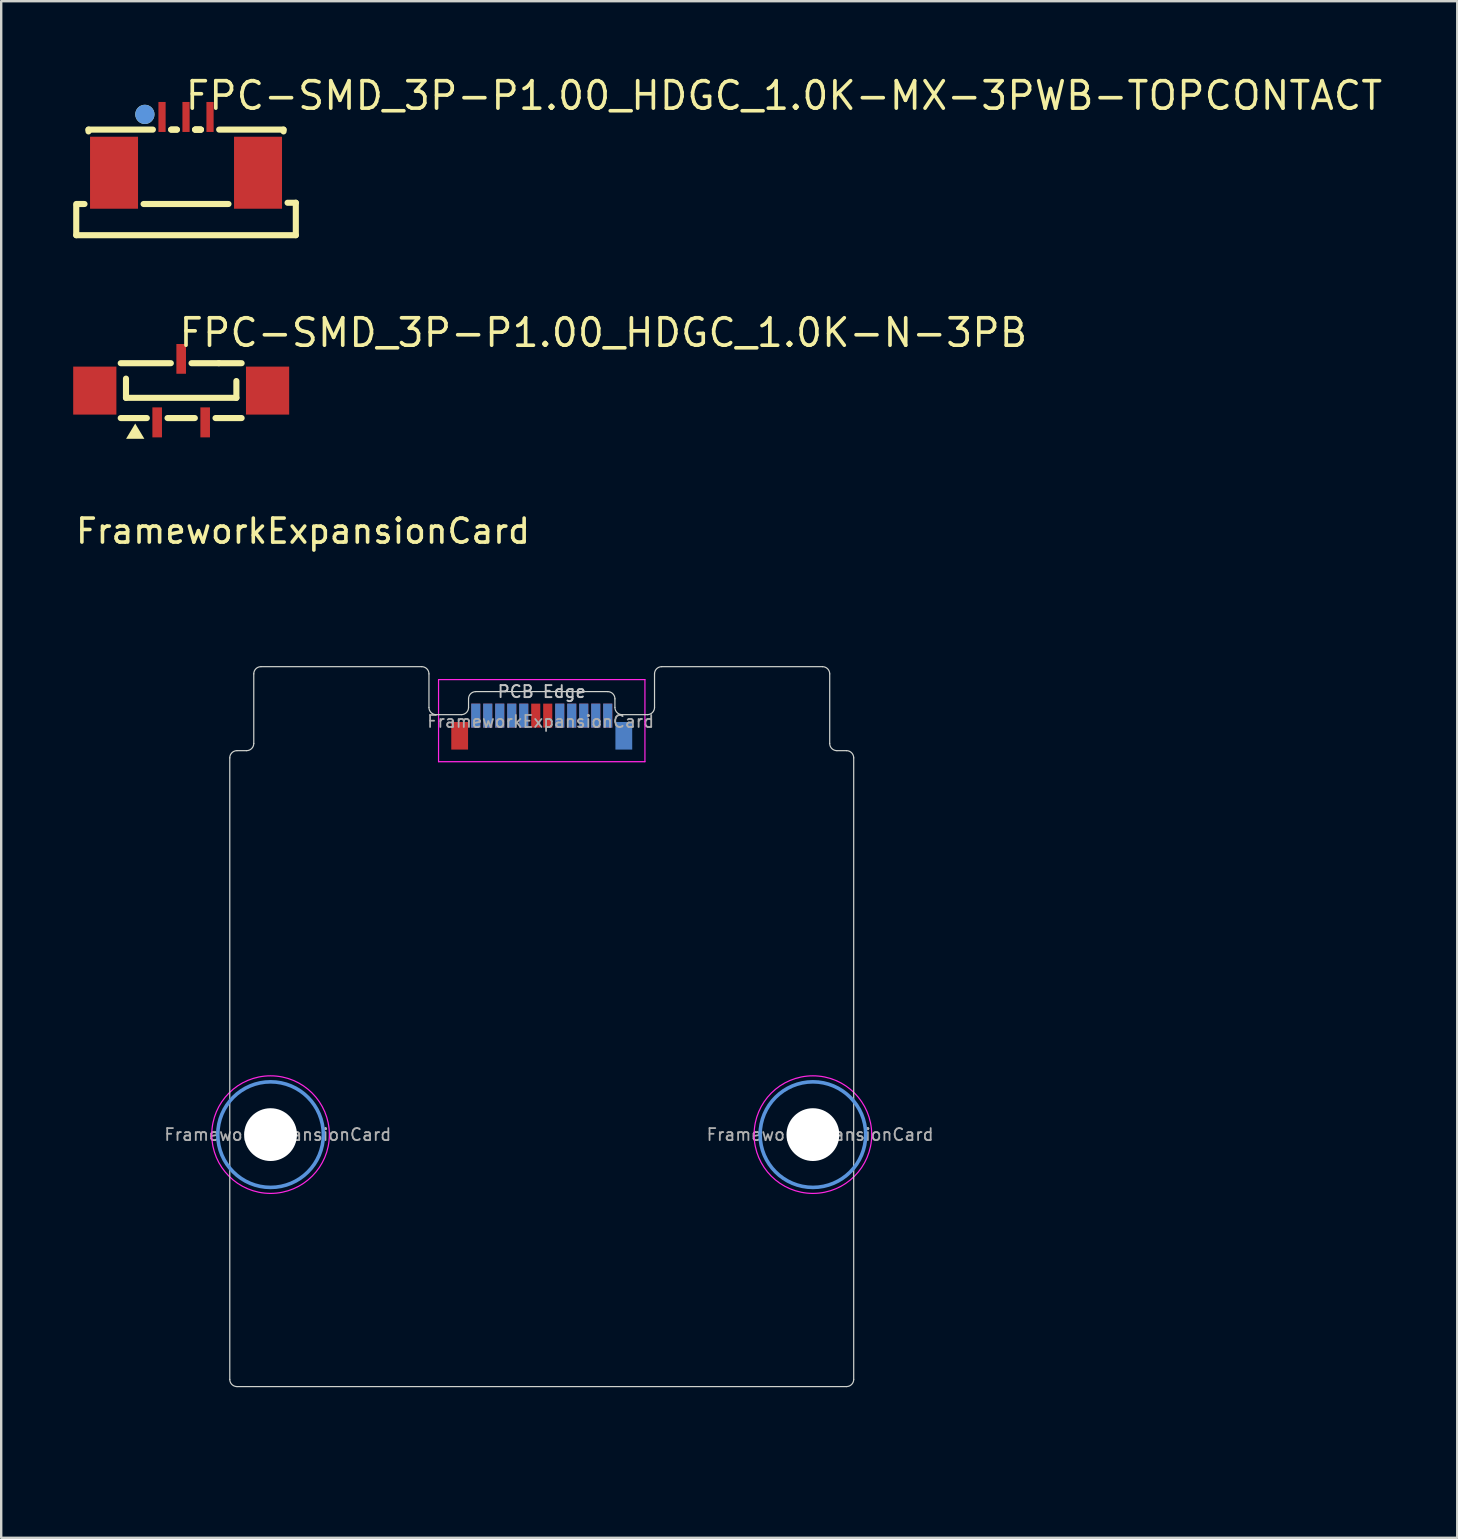
<source format=kicad_pcb>
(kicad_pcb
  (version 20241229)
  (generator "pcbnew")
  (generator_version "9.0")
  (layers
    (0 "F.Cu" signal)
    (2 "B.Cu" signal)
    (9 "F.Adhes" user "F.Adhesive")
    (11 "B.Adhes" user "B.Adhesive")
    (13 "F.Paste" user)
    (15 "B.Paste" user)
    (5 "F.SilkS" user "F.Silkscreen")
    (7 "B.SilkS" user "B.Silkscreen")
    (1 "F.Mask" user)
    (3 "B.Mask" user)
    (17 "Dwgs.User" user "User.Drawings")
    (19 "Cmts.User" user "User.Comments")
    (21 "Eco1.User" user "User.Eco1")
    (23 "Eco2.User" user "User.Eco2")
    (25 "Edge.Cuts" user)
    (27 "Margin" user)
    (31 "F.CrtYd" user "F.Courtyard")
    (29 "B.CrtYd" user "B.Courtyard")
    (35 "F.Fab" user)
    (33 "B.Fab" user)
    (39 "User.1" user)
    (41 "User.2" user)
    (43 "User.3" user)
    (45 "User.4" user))
  (footprint "FPC-SMD_3P-P1.00_HDGC_1.0K-N-3PB"
    (layer "F.Cu")
    (at 4.5 13.228)
    (property "Reference" "FPC-SMD_3P-P1.00_HDGC_1.0K-N-3PB" (at -0.171 -2.414 0) (layer "F.SilkS") (effects (font (size 1.143 1.143) (thickness 0.152)) (justify left)))
    (attr smd)
    (fp_line (start -2.3 -0.5) (end -2.3 0.3) (stroke (width 0.254) (type solid)) (layer "F.SilkS"))
    (fp_line (start -2.3 0.3) (end 2.3 0.3) (stroke (width 0.254) (type solid)) (layer "F.SilkS"))
    (fp_line (start -1.431 1.143) (end -2.519 1.143) (stroke (width 0.254) (type solid)) (layer "F.SilkS"))
    (fp_line (start -0.431 -1.143) (end -2.519 -1.143) (stroke (width 0.254) (type solid)) (layer "F.SilkS"))
    (fp_line (start 0.569 1.143) (end -0.569 1.143) (stroke (width 0.254) (type solid)) (layer "F.SilkS"))
    (fp_line (start 1.569 -1.143) (end 0.431 -1.143) (stroke (width 0.254) (type solid)) (layer "F.SilkS"))
    (fp_line (start 1.569 -1.143) (end 2.519 -1.143) (stroke (width 0.254) (type solid)) (layer "F.SilkS"))
    (fp_line (start 2.3 0.3) (end 2.3 -0.4) (stroke (width 0.254) (type solid)) (layer "F.SilkS"))
    (fp_line (start 2.519 1.143) (end 1.431 1.143) (stroke (width 0.254) (type solid)) (layer "F.SilkS"))
    (fp_poly (pts (xy -1.915 1.372) (xy -2.296 2.007) (xy -1.534 2.007)) (stroke (width 0) (type solid)) (fill yes) (layer "F.SilkS"))
    (pad "1" smd rect (at -1 1.323) (size 0.4 1.25) (layers "F.Cu" "F.Mask" "F.Paste"))
    (pad "2" smd rect (at 0 -1.323) (size 0.4 1.24) (layers "F.Cu" "F.Mask" "F.Paste"))
    (pad "3" smd rect (at 1 1.323) (size 0.4 1.25) (layers "F.Cu" "F.Mask" "F.Paste"))
    (pad "4" smd rect (at 3.6 -0.001) (size 1.8 2) (layers "F.Cu" "F.Mask" "F.Paste"))
    (pad "5" smd rect (at -3.6 -0.001) (size 1.8 2) (layers "F.Cu" "F.Mask" "F.Paste")))
  (footprint "FPC-SMD_3P-P1.00_HDGC_1.0K-MX-3PWB-TOPCONTACT"
    (layer "F.Cu")
    (at 4.702 2.986)
    (property "Reference" "FPC-SMD_3P-P1.00_HDGC_1.0K-MX-3PWB-TOPCONTACT" (at -0.111 -2.051 0) (layer "F.SilkS") (effects (font (size 1.143 1.143) (thickness 0.152)) (justify left)))
    (attr smd)
    (fp_line (start -4.575 3.765) (end -4.575 2.54) (stroke (width 0.254) (type solid)) (layer "F.SilkS"))
    (fp_line (start -4.231 2.465) (end -4.575 2.465) (stroke (width 0.254) (type solid)) (layer "F.SilkS"))
    (fp_line (start -4.064 -0.635) (end -4.064 -0.56) (stroke (width 0.254) (type solid)) (layer "F.SilkS"))
    (fp_line (start -1.381 -0.635) (end -4.064 -0.635) (stroke (width 0.254) (type solid)) (layer "F.SilkS"))
    (fp_line (start -0.619 -0.635) (end -0.381 -0.635) (stroke (width 0.254) (type solid)) (layer "F.SilkS"))
    (fp_line (start -0.381 -0.635) (end -0.619 -0.635) (stroke (width 0.254) (type solid)) (layer "F.SilkS"))
    (fp_line (start 0.381 -0.635) (end 0.619 -0.635) (stroke (width 0.254) (type solid)) (layer "F.SilkS"))
    (fp_line (start 0.619 -0.635) (end 0.381 -0.635) (stroke (width 0.254) (type solid)) (layer "F.SilkS"))
    (fp_line (start 0.619 -0.635) (end 0.381 -0.635) (stroke (width 0.254) (type solid)) (layer "F.SilkS"))
    (fp_line (start 1.769 2.465) (end -1.769 2.465) (stroke (width 0.254) (type solid)) (layer "F.SilkS"))
    (fp_line (start 4.064 -0.635) (end 1.381 -0.635) (stroke (width 0.254) (type solid)) (layer "F.SilkS"))
    (fp_line (start 4.064 -0.56) (end 4.064 -0.635) (stroke (width 0.254) (type solid)) (layer "F.SilkS"))
    (fp_line (start 4.575 2.413) (end 4.231 2.413) (stroke (width 0.254) (type solid)) (layer "F.SilkS"))
    (fp_line (start 4.575 3.765) (end -4.575 3.765) (stroke (width 0.254) (type solid)) (layer "F.SilkS"))
    (fp_line (start 4.575 3.765) (end 4.575 2.413) (stroke (width 0.254) (type solid)) (layer "F.SilkS"))
    (fp_circle (center -1.715 -1.27) (end -1.515 -1.27) (stroke (width 0.4) (type solid)) (fill no) (layer "F.SilkS"))
    (fp_circle (center -1.715 -1.27) (end -1.515 -1.27) (stroke (width 0.4) (type solid)) (fill no) (layer "Cmts.User"))
    (pad "1" smd rect (at -1 -1.162) (size 0.3 1.25) (layers "F.Cu" "F.Mask" "F.Paste"))
    (pad "2" smd rect (at 0 -1.162) (size 0.3 1.25) (layers "F.Cu" "F.Mask" "F.Paste"))
    (pad "3" smd rect (at 1 -1.162) (size 0.3 1.25) (layers "F.Cu" "F.Mask" "F.Paste"))
    (pad "4" smd rect (at 3 1.162) (size 2 3) (layers "F.Cu" "F.Mask" "F.Paste"))
    (pad "5" smd rect (at -3 1.162) (size 2 3) (layers "F.Cu" "F.Mask" "F.Paste")))
  (footprint "FrameworkExpansionCard"
    (layer "F.Cu")
    (at 19.737 39.403)
    (property "Reference" "FrameworkExpansionCard" (at -10.16 -20.32 0) (unlocked yes) (layer "F.SilkS") (effects (font (size 1 1) (thickness 0.15))))
    (fp_circle (center -11.512 4.828) (end -9.312 4.828) (stroke (width 0.15) (type solid)) (fill no) (layer "Cmts.User"))
    (fp_circle (center 11.088 4.828) (end 13.288 4.828) (stroke (width 0.15) (type solid)) (fill no) (layer "Cmts.User"))
    (fp_line (start -3.562 -12.672) (end -4.512 -12.672) (stroke (width 0.1) (type solid)) (layer "Eco1.User"))
    (fp_line (start -3.262 -13.332) (end -3.262 -12.972) (stroke (width 0.1) (type solid)) (layer "Eco1.User"))
    (fp_line (start -2.962 -13.632) (end 2.538 -13.632) (stroke (width 0.1) (type solid)) (layer "Eco1.User"))
    (fp_line (start 2.838 -13.332) (end 2.838 -12.972) (stroke (width 0.1) (type solid)) (layer "Eco1.User"))
    (fp_line (start 3.138 -12.672) (end 4.088 -12.672) (stroke (width 0.1) (type solid)) (layer "Eco1.User"))
    (fp_arc (start -3.262132 -13.332132) (mid -3.174264 -13.544264) (end -2.962132 -13.632132) (stroke (width 0.1) (type solid)) (layer "Eco1.User"))
    (fp_arc (start -3.262132 -12.972132) (mid -3.35 -12.76) (end -3.562132 -12.672132) (stroke (width 0.1) (type solid)) (layer "Eco1.User"))
    (fp_arc (start 2.537868 -13.632132) (mid 2.75 -13.544264) (end 2.837868 -13.332132) (stroke (width 0.1) (type solid)) (layer "Eco1.User"))
    (fp_arc (start 3.137868 -12.672132) (mid 2.925736 -12.76) (end 2.837868 -12.972132) (stroke (width 0.1) (type solid)) (layer "Eco1.User"))
    (fp_line (start -13.212 -10.872) (end -13.212 15.028) (stroke (width 0.05) (type solid)) (layer "Edge.Cuts"))
    (fp_line (start -12.912 -11.172) (end -12.512 -11.172) (stroke (width 0.05) (type solid)) (layer "Edge.Cuts"))
    (fp_line (start -12.912 15.328) (end 12.488 15.328) (stroke (width 0.05) (type solid)) (layer "Edge.Cuts"))
    (fp_line (start -12.212 -11.472) (end -12.212 -14.372) (stroke (width 0.05) (type solid)) (layer "Edge.Cuts"))
    (fp_line (start -5.212 -14.672) (end -11.912 -14.672) (stroke (width 0.05) (type solid)) (layer "Edge.Cuts"))
    (fp_line (start -4.912 -12.972) (end -4.912 -14.372) (stroke (width 0.05) (type solid)) (layer "Edge.Cuts"))
    (fp_line (start -4.612 -12.672) (end -4.512 -12.672) (stroke (width 0.05) (type solid)) (layer "Edge.Cuts"))
    (fp_line (start -3.562 -12.672) (end -4.512 -12.672) (stroke (width 0.05) (type solid)) (layer "Edge.Cuts"))
    (fp_line (start -3.262 -13.332) (end -3.262 -12.972) (stroke (width 0.05) (type solid)) (layer "Edge.Cuts"))
    (fp_line (start -2.962 -13.632) (end 2.538 -13.632) (stroke (width 0.05) (type solid)) (layer "Edge.Cuts"))
    (fp_line (start 2.838 -13.332) (end 2.838 -12.972) (stroke (width 0.05) (type solid)) (layer "Edge.Cuts"))
    (fp_line (start 3.138 -12.672) (end 4.088 -12.672) (stroke (width 0.05) (type solid)) (layer "Edge.Cuts"))
    (fp_line (start 4.088 -12.672) (end 4.188 -12.672) (stroke (width 0.05) (type solid)) (layer "Edge.Cuts"))
    (fp_line (start 4.488 -12.972) (end 4.488 -14.372) (stroke (width 0.05) (type solid)) (layer "Edge.Cuts"))
    (fp_line (start 4.788 -14.672) (end 11.488 -14.672) (stroke (width 0.05) (type solid)) (layer "Edge.Cuts"))
    (fp_line (start 11.788 -11.472) (end 11.788 -14.372) (stroke (width 0.05) (type solid)) (layer "Edge.Cuts"))
    (fp_line (start 12.088 -11.172) (end 12.488 -11.172) (stroke (width 0.05) (type solid)) (layer "Edge.Cuts"))
    (fp_line (start 12.788 -10.872) (end 12.788 15.028) (stroke (width 0.05) (type solid)) (layer "Edge.Cuts"))
    (fp_arc (start -13.212132 -10.872132) (mid -13.124264 -11.084264) (end -12.912132 -11.172132) (stroke (width 0.05) (type solid)) (layer "Edge.Cuts"))
    (fp_arc (start -12.912132 15.327868) (mid -13.124264 15.24) (end -13.212132 15.027868) (stroke (width 0.05) (type solid)) (layer "Edge.Cuts"))
    (fp_arc (start -12.212132 -14.372132) (mid -12.124264 -14.584264) (end -11.912132 -14.672132) (stroke (width 0.05) (type solid)) (layer "Edge.Cuts"))
    (fp_arc (start -12.212132 -11.472132) (mid -12.3 -11.26) (end -12.512132 -11.172132) (stroke (width 0.05) (type solid)) (layer "Edge.Cuts"))
    (fp_arc (start -5.212132 -14.672132) (mid -5 -14.584264) (end -4.912132 -14.372132) (stroke (width 0.05) (type solid)) (layer "Edge.Cuts"))
    (fp_arc (start -4.612132 -12.672132) (mid -4.824264 -12.76) (end -4.912132 -12.972132) (stroke (width 0.05) (type solid)) (layer "Edge.Cuts"))
    (fp_arc (start -3.262132 -13.332132) (mid -3.174264 -13.544264) (end -2.962132 -13.632132) (stroke (width 0.05) (type solid)) (layer "Edge.Cuts"))
    (fp_arc (start -3.262132 -12.972132) (mid -3.35 -12.76) (end -3.562132 -12.672132) (stroke (width 0.05) (type solid)) (layer "Edge.Cuts"))
    (fp_arc (start 2.537868 -13.632132) (mid 2.75 -13.544264) (end 2.837868 -13.332132) (stroke (width 0.05) (type solid)) (layer "Edge.Cuts"))
    (fp_arc (start 3.137868 -12.672132) (mid 2.925736 -12.76) (end 2.837868 -12.972132) (stroke (width 0.05) (type solid)) (layer "Edge.Cuts"))
    (fp_arc (start 4.487868 -14.372132) (mid 4.575736 -14.584264) (end 4.787868 -14.672132) (stroke (width 0.05) (type solid)) (layer "Edge.Cuts"))
    (fp_arc (start 4.487868 -12.972132) (mid 4.4 -12.76) (end 4.187868 -12.672132) (stroke (width 0.05) (type solid)) (layer "Edge.Cuts"))
    (fp_arc (start 11.487868 -14.672132) (mid 11.7 -14.584264) (end 11.787868 -14.372132) (stroke (width 0.05) (type solid)) (layer "Edge.Cuts"))
    (fp_arc (start 12.087868 -11.172132) (mid 11.875736 -11.26) (end 11.787868 -11.472132) (stroke (width 0.05) (type solid)) (layer "Edge.Cuts"))
    (fp_arc (start 12.487868 -11.172132) (mid 12.7 -11.084264) (end 12.787868 -10.872132) (stroke (width 0.05) (type solid)) (layer "Edge.Cuts"))
    (fp_arc (start 12.787868 15.027868) (mid 12.7 15.24) (end 12.487868 15.327868) (stroke (width 0.05) (type solid)) (layer "Edge.Cuts"))
    (fp_line (start -4.512 -10.712) (end -4.512 -14.132) (stroke (width 0.05) (type solid)) (layer "F.CrtYd"))
    (fp_line (start 4.088 -14.132) (end -4.512 -14.132) (stroke (width 0.05) (type solid)) (layer "F.CrtYd"))
    (fp_line (start 4.088 -10.712) (end -4.512 -10.712) (stroke (width 0.05) (type solid)) (layer "F.CrtYd"))
    (fp_line (start 4.088 -10.712) (end 4.088 -14.132) (stroke (width 0.05) (type solid)) (layer "F.CrtYd"))
    (fp_circle (center -11.512 4.828) (end -9.062 4.828) (stroke (width 0.05) (type solid)) (fill no) (layer "F.CrtYd"))
    (fp_circle (center 11.088 4.828) (end 13.538 4.828) (stroke (width 0.05) (type solid)) (fill no) (layer "F.CrtYd"))
    (fp_text user "PCB Edge" (at -0.212 -13.632 0) (layer "Dwgs.User") (effects (font (size 0.5 0.5) (thickness 0.08))))
    (fp_text user "${REFERENCE}" (at -11.212 4.828 0) (layer "F.Fab") (effects (font (size 0.5 0.5) (thickness 0.075))))
    (fp_text user "${REFERENCE}" (at 11.388 4.828 0) (layer "F.Fab") (effects (font (size 0.5 0.5) (thickness 0.075))))
    (fp_text user "${REFERENCE}" (at -0.258 -12.386 0) (layer "F.Fab") (effects (font (size 0.5 0.5) (thickness 0.075))))
    (fp_text user "Note: 0.9mm PCB thickness" (at -2.54 17.78 0) (unlocked yes) (layer "User.1") (effects (font (size 1 1) (thickness 0.15))))
    (pad "" np_thru_hole circle (at -11.512 4.828) (size 2.2 2.2) (drill 2.2) (layers "*.Cu" "*.Mask"))
    (pad "" np_thru_hole circle (at 11.088 4.828) (size 2.2 2.2) (drill 2.2) (layers "*.Cu" "*.Mask"))
    (pad "A1" smd rect (at -2.962 -12.632) (size 0.38 1) (layers "F.Cu" "F.Mask" "F.Paste"))
    (pad "A2" smd rect (at -2.462 -12.632) (size 0.38 1) (layers "F.Cu" "F.Mask" "F.Paste"))
    (pad "A3" smd rect (at -1.962 -12.632) (size 0.38 1) (layers "F.Cu" "F.Mask" "F.Paste"))
    (pad "A4" smd rect (at -1.462 -12.632) (size 0.38 1) (layers "F.Cu" "F.Mask" "F.Paste"))
    (pad "A5" smd rect (at -0.962 -12.632) (size 0.38 1) (layers "F.Cu" "F.Mask" "F.Paste"))
    (pad "A6" smd rect (at -0.462 -12.632) (size 0.38 1) (layers "F.Cu" "F.Mask" "F.Paste"))
    (pad "A7" smd rect (at 0.038 -12.632) (size 0.38 1) (layers "F.Cu" "F.Mask" "F.Paste"))
    (pad "A8" smd rect (at 0.538 -12.632) (size 0.38 1) (layers "F.Cu" "F.Mask" "F.Paste"))
    (pad "A9" smd rect (at 1.038 -12.632) (size 0.38 1) (layers "F.Cu" "F.Mask" "F.Paste"))
    (pad "A10" smd rect (at 1.538 -12.632) (size 0.38 1) (layers "F.Cu" "F.Mask" "F.Paste"))
    (pad "A11" smd rect (at 2.038 -12.632) (size 0.38 1) (layers "F.Cu" "F.Mask" "F.Paste"))
    (pad "A12" smd rect (at 2.538 -12.632) (size 0.38 1) (layers "F.Cu" "F.Mask" "F.Paste"))
    (pad "B1" smd rect (at 2.538 -12.632) (size 0.38 1) (layers "B.Cu" "B.Mask" "B.Paste"))
    (pad "B2" smd rect (at 2.038 -12.632) (size 0.38 1) (layers "B.Cu" "B.Mask" "B.Paste"))
    (pad "B3" smd rect (at 1.538 -12.632) (size 0.38 1) (layers "B.Cu" "B.Mask" "B.Paste"))
    (pad "B4" smd rect (at 1.038 -12.632) (size 0.38 1) (layers "B.Cu" "B.Mask" "B.Paste"))
    (pad "B5" smd rect (at 0.538 -12.632) (size 0.38 1) (layers "B.Cu" "B.Mask" "B.Paste"))
    (pad "B8" smd rect (at -0.962 -12.632) (size 0.38 1) (layers "B.Cu" "B.Mask" "B.Paste"))
    (pad "B9" smd rect (at -1.462 -12.632) (size 0.38 1) (layers "B.Cu" "B.Mask" "B.Paste"))
    (pad "B10" smd rect (at -1.962 -12.632) (size 0.38 1) (layers "B.Cu" "B.Mask" "B.Paste"))
    (pad "B11" smd rect (at -2.462 -12.632) (size 0.38 1) (layers "B.Cu" "B.Mask" "B.Paste"))
    (pad "B12" smd rect (at -2.962 -12.632) (size 0.38 1) (layers "B.Cu" "B.Mask" "B.Paste"))
    (pad "S1" smd rect (at -3.632 -11.792) (size 0.7 1.15) (layers "F.Cu" "F.Mask" "F.Paste"))
    (pad "S1" smd rect (at 3.208 -11.792) (size 0.7 1.15) (layers "B.Cu" "B.Mask" "B.Paste")))
  (gr_rect
    (start -3 -3)
    (end 57.675 61.031)
    (stroke (width 0.1) (type default))
    (fill no)
    (layer "Edge.Cuts")))
</source>
